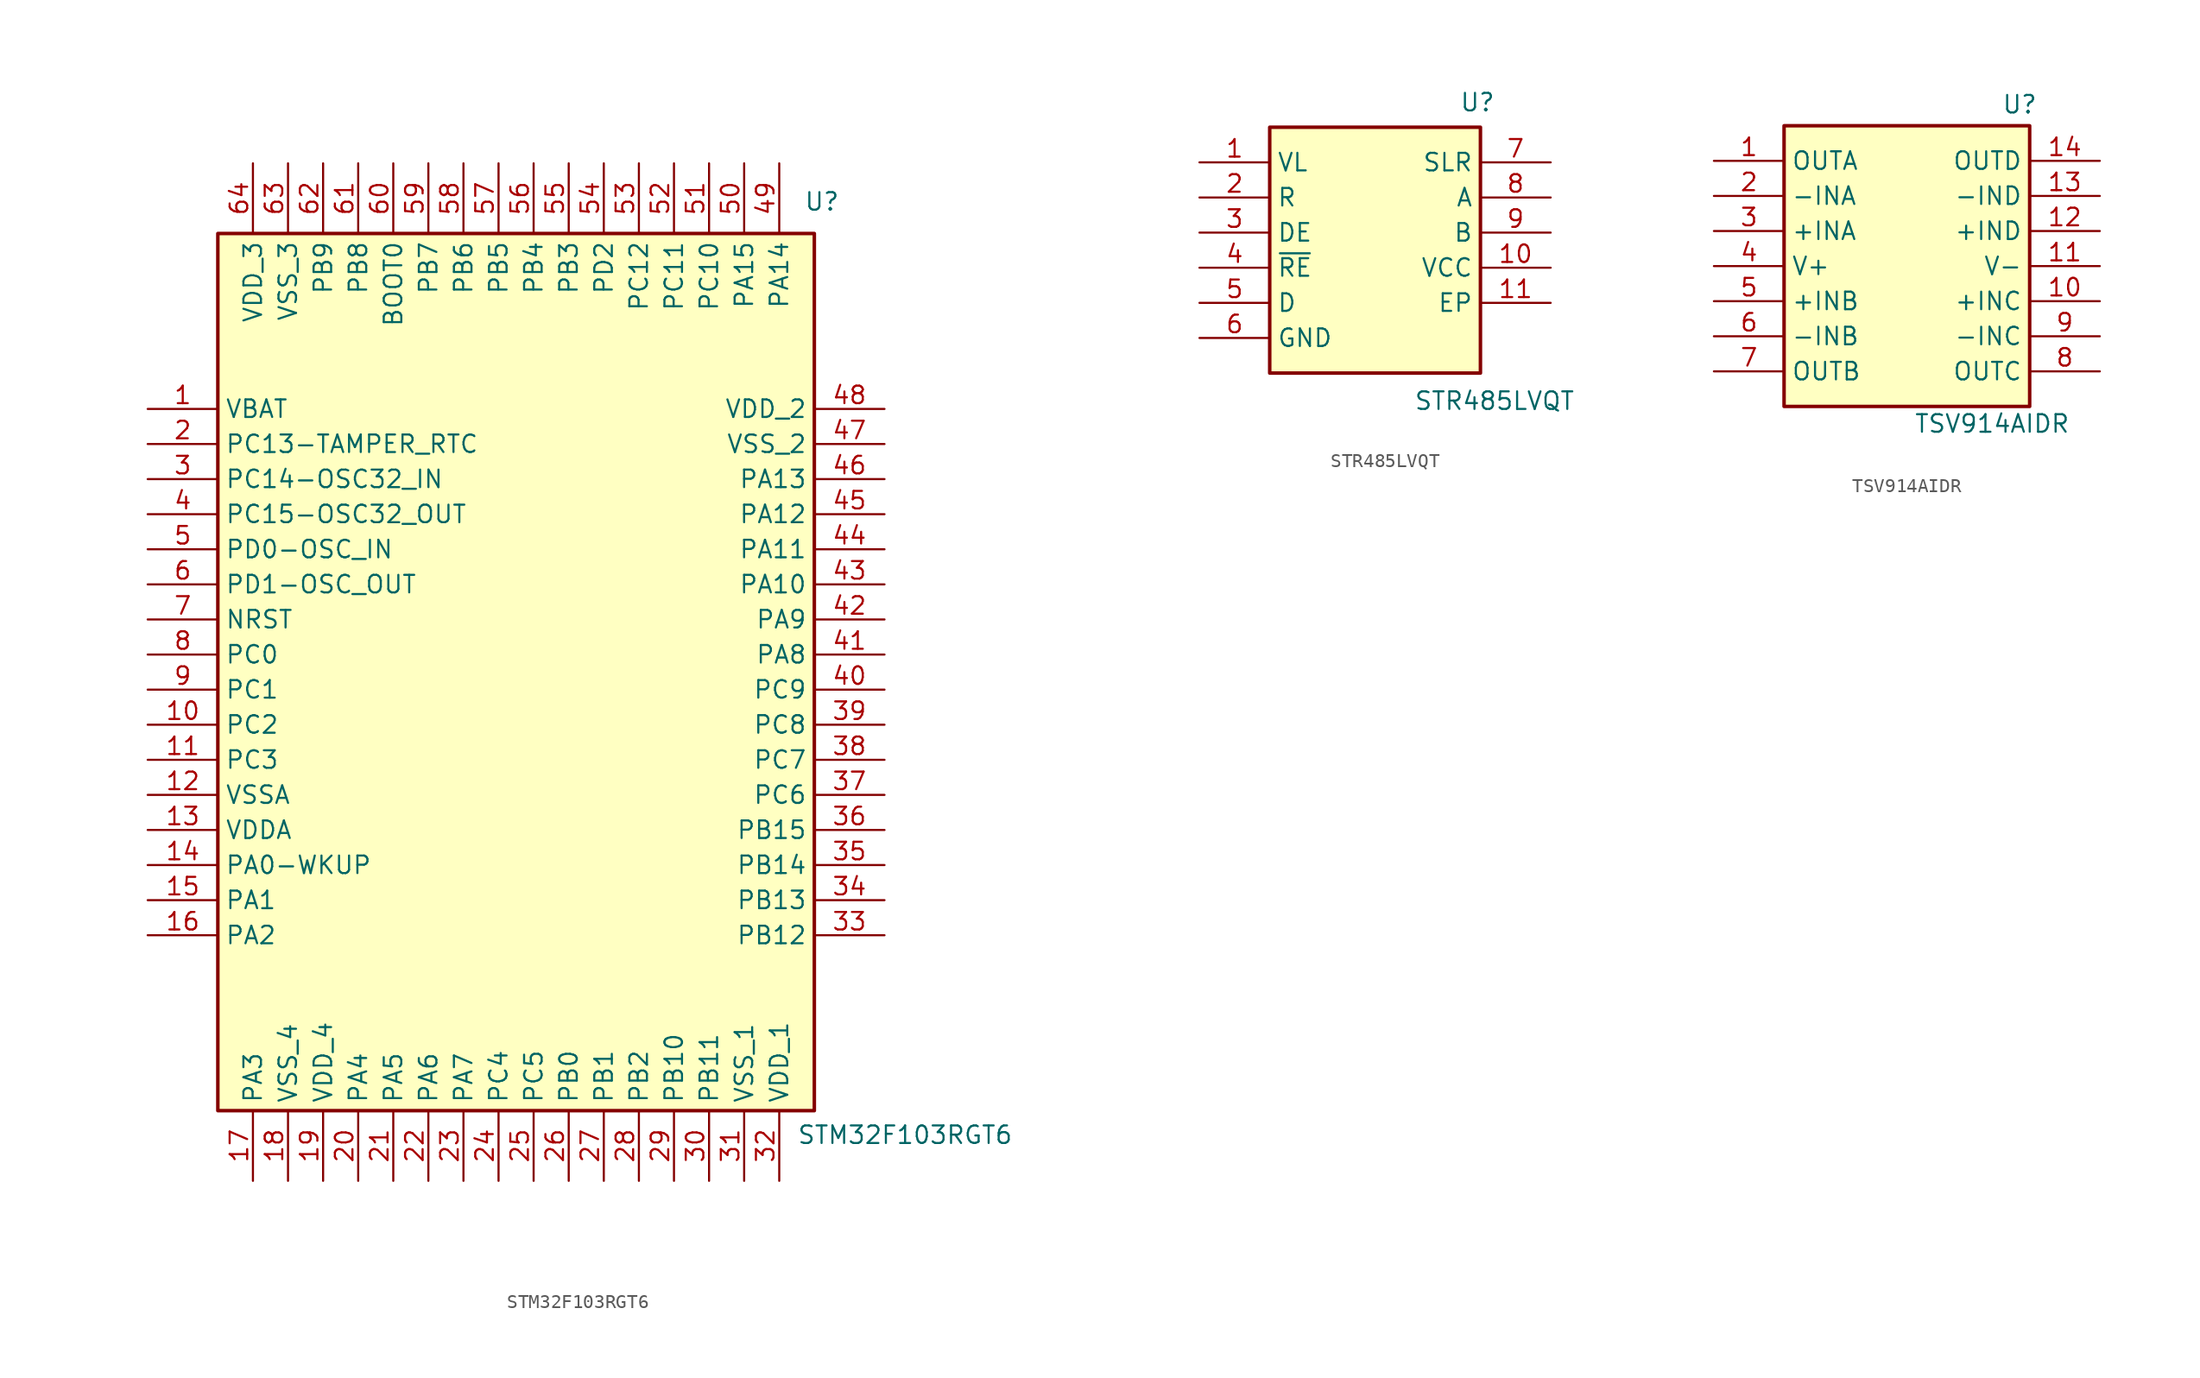
<source format=kicad_sym>
(kicad_symbol_lib
  (version 20231120)
  (generator "kicad_symbol_editor")
  (generator_version "8.0")
  (symbol "STM32F103RGT6"
    (property "Reference" "U"
      (at 22.098 32.258 0)
      (effects (font (size 1.27 1.27)) (justify left top)))
    (property "Value" "STM32F103RGT6"
      (at 21.59 -35.306 0)
      (effects (font (size 1.27 1.27)) (justify left top)))
    (symbol "STM32F103RGT6_1_1"
      (rectangle (start -20.32 29.21) (end 22.86 -34.29) (stroke (width 0.254) (type default)) (fill (type background)))
      (pin passive line (at -25.4 16.51 0) (length 5.08) (name "VBAT" (effects (font (size 1.27 1.27)))) (number "1" (effects (font (size 1.27 1.27)))))
      (pin passive line (at -25.4 -6.35 0) (length 5.08) (name "PC2" (effects (font (size 1.27 1.27)))) (number "10" (effects (font (size 1.27 1.27)))))
      (pin passive line (at -25.4 -8.89 0) (length 5.08) (name "PC3" (effects (font (size 1.27 1.27)))) (number "11" (effects (font (size 1.27 1.27)))))
      (pin passive line (at -25.4 -11.43 0) (length 5.08) (name "VSSA" (effects (font (size 1.27 1.27)))) (number "12" (effects (font (size 1.27 1.27)))))
      (pin passive line (at -25.4 -13.97 0) (length 5.08) (name "VDDA" (effects (font (size 1.27 1.27)))) (number "13" (effects (font (size 1.27 1.27)))))
      (pin passive line (at -25.4 -16.51 0) (length 5.08) (name "PA0-WKUP" (effects (font (size 1.27 1.27)))) (number "14" (effects (font (size 1.27 1.27)))))
      (pin passive line (at -25.4 -19.05 0) (length 5.08) (name "PA1" (effects (font (size 1.27 1.27)))) (number "15" (effects (font (size 1.27 1.27)))))
      (pin passive line (at -25.4 -21.59 0) (length 5.08) (name "PA2" (effects (font (size 1.27 1.27)))) (number "16" (effects (font (size 1.27 1.27)))))
      (pin passive line (at -17.78 -39.37 90) (length 5.08) (name "PA3" (effects (font (size 1.27 1.27)))) (number "17" (effects (font (size 1.27 1.27)))))
      (pin passive line (at -15.24 -39.37 90) (length 5.08) (name "VSS_4" (effects (font (size 1.27 1.27)))) (number "18" (effects (font (size 1.27 1.27)))))
      (pin passive line (at -12.7 -39.37 90) (length 5.08) (name "VDD_4" (effects (font (size 1.27 1.27)))) (number "19" (effects (font (size 1.27 1.27)))))
      (pin passive line (at -25.4 13.97 0) (length 5.08) (name "PC13-TAMPER_RTC" (effects (font (size 1.27 1.27)))) (number "2" (effects (font (size 1.27 1.27)))))
      (pin passive line (at -10.16 -39.37 90) (length 5.08) (name "PA4" (effects (font (size 1.27 1.27)))) (number "20" (effects (font (size 1.27 1.27)))))
      (pin passive line (at -7.62 -39.37 90) (length 5.08) (name "PA5" (effects (font (size 1.27 1.27)))) (number "21" (effects (font (size 1.27 1.27)))))
      (pin passive line (at -5.08 -39.37 90) (length 5.08) (name "PA6" (effects (font (size 1.27 1.27)))) (number "22" (effects (font (size 1.27 1.27)))))
      (pin passive line (at -2.54 -39.37 90) (length 5.08) (name "PA7" (effects (font (size 1.27 1.27)))) (number "23" (effects (font (size 1.27 1.27)))))
      (pin passive line (at 0 -39.37 90) (length 5.08) (name "PC4" (effects (font (size 1.27 1.27)))) (number "24" (effects (font (size 1.27 1.27)))))
      (pin passive line (at 2.54 -39.37 90) (length 5.08) (name "PC5" (effects (font (size 1.27 1.27)))) (number "25" (effects (font (size 1.27 1.27)))))
      (pin passive line (at 5.08 -39.37 90) (length 5.08) (name "PB0" (effects (font (size 1.27 1.27)))) (number "26" (effects (font (size 1.27 1.27)))))
      (pin passive line (at 7.62 -39.37 90) (length 5.08) (name "PB1" (effects (font (size 1.27 1.27)))) (number "27" (effects (font (size 1.27 1.27)))))
      (pin passive line (at 10.16 -39.37 90) (length 5.08) (name "PB2" (effects (font (size 1.27 1.27)))) (number "28" (effects (font (size 1.27 1.27)))))
      (pin passive line (at 12.7 -39.37 90) (length 5.08) (name "PB10" (effects (font (size 1.27 1.27)))) (number "29" (effects (font (size 1.27 1.27)))))
      (pin passive line (at -25.4 11.43 0) (length 5.08) (name "PC14-OSC32_IN" (effects (font (size 1.27 1.27)))) (number "3" (effects (font (size 1.27 1.27)))))
      (pin passive line (at 15.24 -39.37 90) (length 5.08) (name "PB11" (effects (font (size 1.27 1.27)))) (number "30" (effects (font (size 1.27 1.27)))))
      (pin passive line (at 17.78 -39.37 90) (length 5.08) (name "VSS_1" (effects (font (size 1.27 1.27)))) (number "31" (effects (font (size 1.27 1.27)))))
      (pin passive line (at 20.32 -39.37 90) (length 5.08) (name "VDD_1" (effects (font (size 1.27 1.27)))) (number "32" (effects (font (size 1.27 1.27)))))
      (pin passive line (at 27.94 -21.59 180) (length 5.08) (name "PB12" (effects (font (size 1.27 1.27)))) (number "33" (effects (font (size 1.27 1.27)))))
      (pin passive line (at 27.94 -19.05 180) (length 5.08) (name "PB13" (effects (font (size 1.27 1.27)))) (number "34" (effects (font (size 1.27 1.27)))))
      (pin passive line (at 27.94 -16.51 180) (length 5.08) (name "PB14" (effects (font (size 1.27 1.27)))) (number "35" (effects (font (size 1.27 1.27)))))
      (pin passive line (at 27.94 -13.97 180) (length 5.08) (name "PB15" (effects (font (size 1.27 1.27)))) (number "36" (effects (font (size 1.27 1.27)))))
      (pin passive line (at 27.94 -11.43 180) (length 5.08) (name "PC6" (effects (font (size 1.27 1.27)))) (number "37" (effects (font (size 1.27 1.27)))))
      (pin passive line (at 27.94 -8.89 180) (length 5.08) (name "PC7" (effects (font (size 1.27 1.27)))) (number "38" (effects (font (size 1.27 1.27)))))
      (pin passive line (at 27.94 -6.35 180) (length 5.08) (name "PC8" (effects (font (size 1.27 1.27)))) (number "39" (effects (font (size 1.27 1.27)))))
      (pin passive line (at -25.4 8.89 0) (length 5.08) (name "PC15-OSC32_OUT" (effects (font (size 1.27 1.27)))) (number "4" (effects (font (size 1.27 1.27)))))
      (pin passive line (at 27.94 -3.81 180) (length 5.08) (name "PC9" (effects (font (size 1.27 1.27)))) (number "40" (effects (font (size 1.27 1.27)))))
      (pin passive line (at 27.94 -1.27 180) (length 5.08) (name "PA8" (effects (font (size 1.27 1.27)))) (number "41" (effects (font (size 1.27 1.27)))))
      (pin passive line (at 27.94 1.27 180) (length 5.08) (name "PA9" (effects (font (size 1.27 1.27)))) (number "42" (effects (font (size 1.27 1.27)))))
      (pin passive line (at 27.94 3.81 180) (length 5.08) (name "PA10" (effects (font (size 1.27 1.27)))) (number "43" (effects (font (size 1.27 1.27)))))
      (pin passive line (at 27.94 6.35 180) (length 5.08) (name "PA11" (effects (font (size 1.27 1.27)))) (number "44" (effects (font (size 1.27 1.27)))))
      (pin passive line (at 27.94 8.89 180) (length 5.08) (name "PA12" (effects (font (size 1.27 1.27)))) (number "45" (effects (font (size 1.27 1.27)))))
      (pin passive line (at 27.94 11.43 180) (length 5.08) (name "PA13" (effects (font (size 1.27 1.27)))) (number "46" (effects (font (size 1.27 1.27)))))
      (pin passive line (at 27.94 13.97 180) (length 5.08) (name "VSS_2" (effects (font (size 1.27 1.27)))) (number "47" (effects (font (size 1.27 1.27)))))
      (pin passive line (at 27.94 16.51 180) (length 5.08) (name "VDD_2" (effects (font (size 1.27 1.27)))) (number "48" (effects (font (size 1.27 1.27)))))
      (pin passive line (at 20.32 34.29 270) (length 5.08) (name "PA14" (effects (font (size 1.27 1.27)))) (number "49" (effects (font (size 1.27 1.27)))))
      (pin passive line (at -25.4 6.35 0) (length 5.08) (name "PD0-OSC_IN" (effects (font (size 1.27 1.27)))) (number "5" (effects (font (size 1.27 1.27)))))
      (pin passive line (at 17.78 34.29 270) (length 5.08) (name "PA15" (effects (font (size 1.27 1.27)))) (number "50" (effects (font (size 1.27 1.27)))))
      (pin passive line (at 15.24 34.29 270) (length 5.08) (name "PC10" (effects (font (size 1.27 1.27)))) (number "51" (effects (font (size 1.27 1.27)))))
      (pin passive line (at 12.7 34.29 270) (length 5.08) (name "PC11" (effects (font (size 1.27 1.27)))) (number "52" (effects (font (size 1.27 1.27)))))
      (pin passive line (at 10.16 34.29 270) (length 5.08) (name "PC12" (effects (font (size 1.27 1.27)))) (number "53" (effects (font (size 1.27 1.27)))))
      (pin passive line (at 7.62 34.29 270) (length 5.08) (name "PD2" (effects (font (size 1.27 1.27)))) (number "54" (effects (font (size 1.27 1.27)))))
      (pin passive line (at 5.08 34.29 270) (length 5.08) (name "PB3" (effects (font (size 1.27 1.27)))) (number "55" (effects (font (size 1.27 1.27)))))
      (pin passive line (at 2.54 34.29 270) (length 5.08) (name "PB4" (effects (font (size 1.27 1.27)))) (number "56" (effects (font (size 1.27 1.27)))))
      (pin passive line (at 0 34.29 270) (length 5.08) (name "PB5" (effects (font (size 1.27 1.27)))) (number "57" (effects (font (size 1.27 1.27)))))
      (pin passive line (at -2.54 34.29 270) (length 5.08) (name "PB6" (effects (font (size 1.27 1.27)))) (number "58" (effects (font (size 1.27 1.27)))))
      (pin passive line (at -5.08 34.29 270) (length 5.08) (name "PB7" (effects (font (size 1.27 1.27)))) (number "59" (effects (font (size 1.27 1.27)))))
      (pin passive line (at -25.4 3.81 0) (length 5.08) (name "PD1-OSC_OUT" (effects (font (size 1.27 1.27)))) (number "6" (effects (font (size 1.27 1.27)))))
      (pin passive line (at -7.62 34.29 270) (length 5.08) (name "BOOT0" (effects (font (size 1.27 1.27)))) (number "60" (effects (font (size 1.27 1.27)))))
      (pin passive line (at -10.16 34.29 270) (length 5.08) (name "PB8" (effects (font (size 1.27 1.27)))) (number "61" (effects (font (size 1.27 1.27)))))
      (pin passive line (at -12.7 34.29 270) (length 5.08) (name "PB9" (effects (font (size 1.27 1.27)))) (number "62" (effects (font (size 1.27 1.27)))))
      (pin passive line (at -15.24 34.29 270) (length 5.08) (name "VSS_3" (effects (font (size 1.27 1.27)))) (number "63" (effects (font (size 1.27 1.27)))))
      (pin passive line (at -17.78 34.29 270) (length 5.08) (name "VDD_3" (effects (font (size 1.27 1.27)))) (number "64" (effects (font (size 1.27 1.27)))))
      (pin passive line (at -25.4 1.27 0) (length 5.08) (name "NRST" (effects (font (size 1.27 1.27)))) (number "7" (effects (font (size 1.27 1.27)))))
      (pin passive line (at -25.4 -1.27 0) (length 5.08) (name "PC0" (effects (font (size 1.27 1.27)))) (number "8" (effects (font (size 1.27 1.27)))))
      (pin passive line (at -25.4 -3.81 0) (length 5.08) (name "PC1" (effects (font (size 1.27 1.27)))) (number "9" (effects (font (size 1.27 1.27)))))))
  (symbol "STR485LVQT"
    (property "Reference" "U"
      (at 6.096 11.43 0)
      (effects (font (size 1.27 1.27)) (justify left top)))
    (property "Value" "STR485LVQT"
      (at 2.794 -10.16 0)
      (effects (font (size 1.27 1.27)) (justify left top)))
    (symbol "STR485LVQT_1_1"
      (rectangle (start -7.62 8.89) (end 7.62 -8.89) (stroke (width 0.254) (type default)) (fill (type background)))
      (pin passive line (at -12.7 6.35 0) (length 5.08) (name "VL" (effects (font (size 1.27 1.27)))) (number "1" (effects (font (size 1.27 1.27)))))
      (pin passive line (at 12.7 -1.27 180) (length 5.08) (name "VCC" (effects (font (size 1.27 1.27)))) (number "10" (effects (font (size 1.27 1.27)))))
      (pin passive line (at 12.7 -3.81 180) (length 5.08) (name "EP" (effects (font (size 1.27 1.27)))) (number "11" (effects (font (size 1.27 1.27)))))
      (pin passive line (at -12.7 3.81 0) (length 5.08) (name "R" (effects (font (size 1.27 1.27)))) (number "2" (effects (font (size 1.27 1.27)))))
      (pin passive line (at -12.7 1.27 0) (length 5.08) (name "DE" (effects (font (size 1.27 1.27)))) (number "3" (effects (font (size 1.27 1.27)))))
      (pin passive line (at -12.7 -1.27 0) (length 5.08) (name "~{RE}" (effects (font (size 1.27 1.27)))) (number "4" (effects (font (size 1.27 1.27)))))
      (pin passive line (at -12.7 -3.81 0) (length 5.08) (name "D" (effects (font (size 1.27 1.27)))) (number "5" (effects (font (size 1.27 1.27)))))
      (pin passive line (at -12.7 -6.35 0) (length 5.08) (name "GND" (effects (font (size 1.27 1.27)))) (number "6" (effects (font (size 1.27 1.27)))))
      (pin passive line (at 12.7 6.35 180) (length 5.08) (name "SLR" (effects (font (size 1.27 1.27)))) (number "7" (effects (font (size 1.27 1.27)))))
      (pin passive line (at 12.7 3.81 180) (length 5.08) (name "A" (effects (font (size 1.27 1.27)))) (number "8" (effects (font (size 1.27 1.27)))))
      (pin passive line (at 12.7 1.27 180) (length 5.08) (name "B" (effects (font (size 1.27 1.27)))) (number "9" (effects (font (size 1.27 1.27)))))))
  (symbol "TSV914AIDR"
    (property "Reference" "U"
      (at 6.858 11.176 0)
      (effects (font (size 1.27 1.27)) (justify left top)))
    (property "Value" "TSV914AIDR"
      (at 0.508 -11.938 0)
      (effects (font (size 1.27 1.27)) (justify left top)))
    (symbol "TSV914AIDR_1_1"
      (rectangle (start -8.89 8.89) (end 8.89 -11.43) (stroke (width 0.254) (type default)) (fill (type background)))
      (pin passive line (at -13.97 6.35 0) (length 5.08) (name "OUTA" (effects (font (size 1.27 1.27)))) (number "1" (effects (font (size 1.27 1.27)))))
      (pin input line (at 13.97 -3.81 180) (length 5.08) (name "+INC" (effects (font (size 1.27 1.27)))) (number "10" (effects (font (size 1.27 1.27)))))
      (pin power_in line (at 13.97 -1.27 180) (length 5.08) (name "V-" (effects (font (size 1.27 1.27)))) (number "11" (effects (font (size 1.27 1.27)))))
      (pin input line (at 13.97 1.27 180) (length 5.08) (name "+IND" (effects (font (size 1.27 1.27)))) (number "12" (effects (font (size 1.27 1.27)))))
      (pin input line (at 13.97 3.81 180) (length 5.08) (name "-IND" (effects (font (size 1.27 1.27)))) (number "13" (effects (font (size 1.27 1.27)))))
      (pin passive line (at 13.97 6.35 180) (length 5.08) (name "OUTD" (effects (font (size 1.27 1.27)))) (number "14" (effects (font (size 1.27 1.27)))))
      (pin input line (at -13.97 3.81 0) (length 5.08) (name "-INA" (effects (font (size 1.27 1.27)))) (number "2" (effects (font (size 1.27 1.27)))))
      (pin input line (at -13.97 1.27 0) (length 5.08) (name "+INA" (effects (font (size 1.27 1.27)))) (number "3" (effects (font (size 1.27 1.27)))))
      (pin power_in line (at -13.97 -1.27 0) (length 5.08) (name "V+" (effects (font (size 1.27 1.27)))) (number "4" (effects (font (size 1.27 1.27)))))
      (pin input line (at -13.97 -3.81 0) (length 5.08) (name "+INB" (effects (font (size 1.27 1.27)))) (number "5" (effects (font (size 1.27 1.27)))))
      (pin input line (at -13.97 -6.35 0) (length 5.08) (name "-INB" (effects (font (size 1.27 1.27)))) (number "6" (effects (font (size 1.27 1.27)))))
      (pin passive line (at -13.97 -8.89 0) (length 5.08) (name "OUTB" (effects (font (size 1.27 1.27)))) (number "7" (effects (font (size 1.27 1.27)))))
      (pin passive line (at 13.97 -8.89 180) (length 5.08) (name "OUTC" (effects (font (size 1.27 1.27)))) (number "8" (effects (font (size 1.27 1.27)))))
      (pin input line (at 13.97 -6.35 180) (length 5.08) (name "-INC" (effects (font (size 1.27 1.27)))) (number "9" (effects (font (size 1.27 1.27))))))))
</source>
